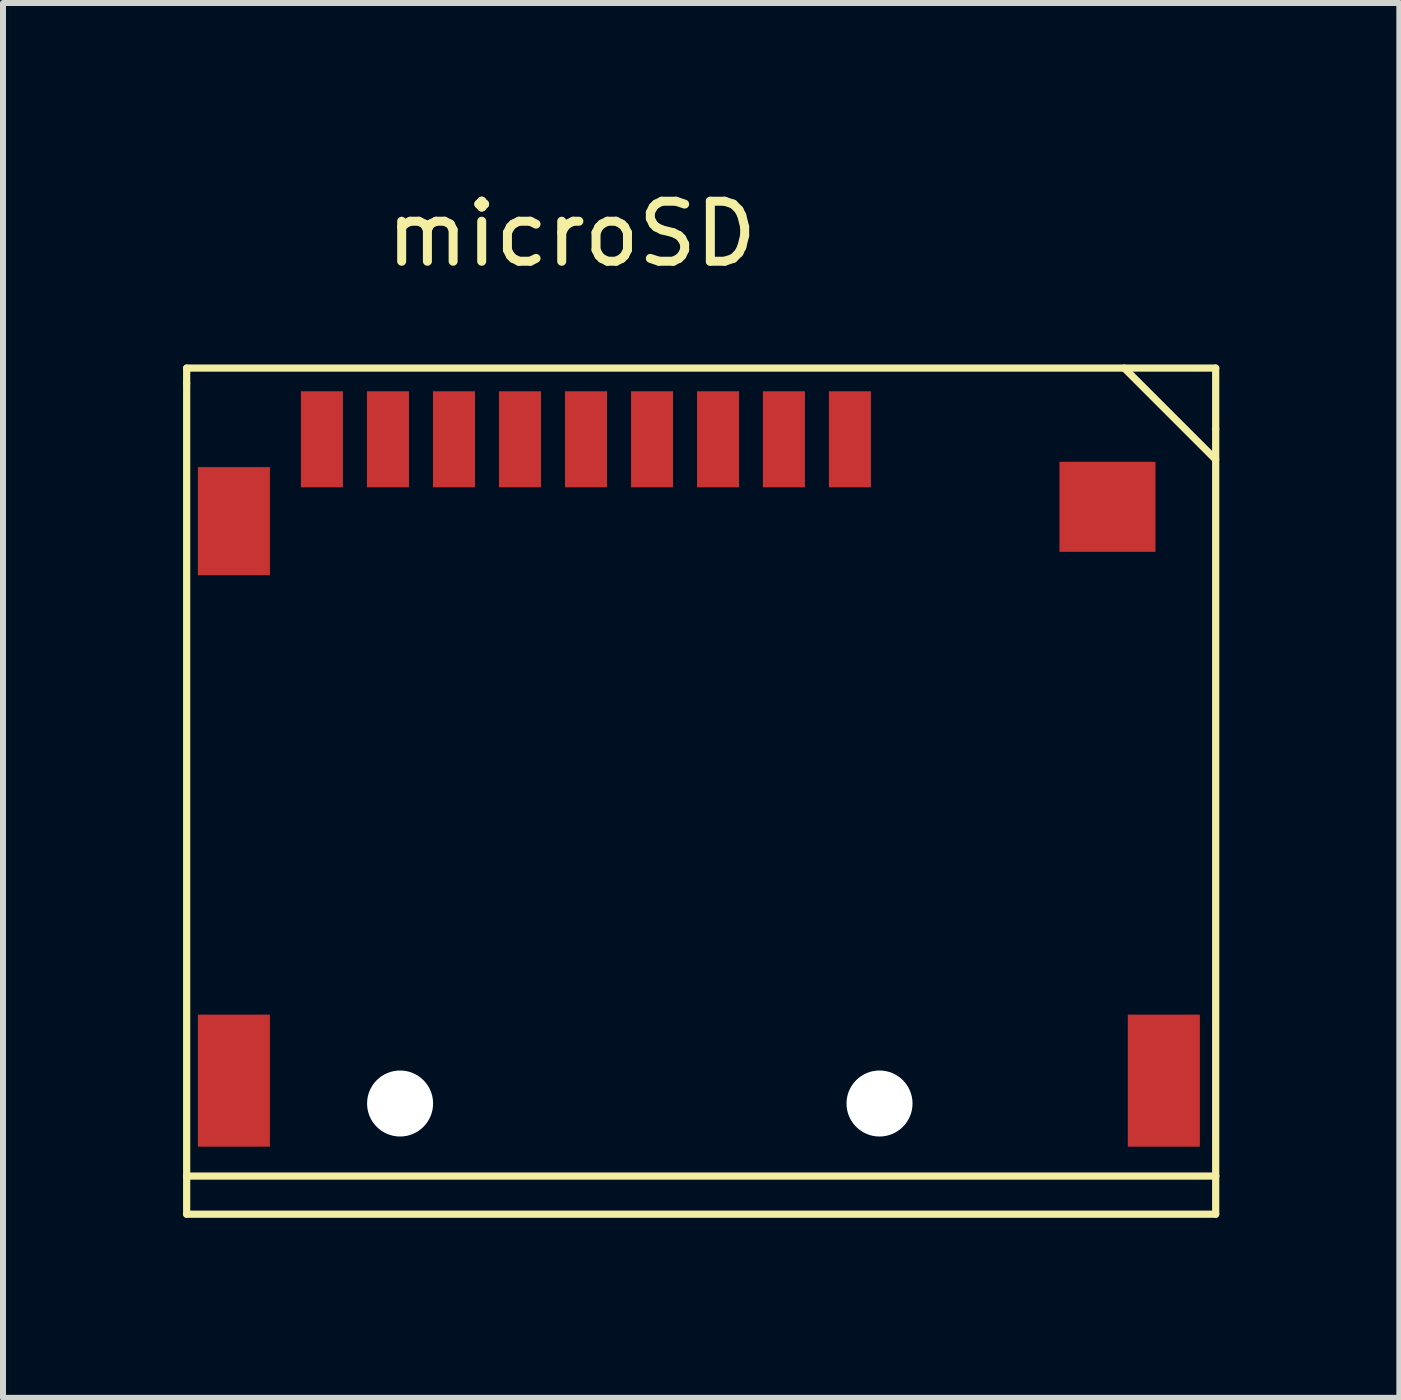
<source format=kicad_pcb>
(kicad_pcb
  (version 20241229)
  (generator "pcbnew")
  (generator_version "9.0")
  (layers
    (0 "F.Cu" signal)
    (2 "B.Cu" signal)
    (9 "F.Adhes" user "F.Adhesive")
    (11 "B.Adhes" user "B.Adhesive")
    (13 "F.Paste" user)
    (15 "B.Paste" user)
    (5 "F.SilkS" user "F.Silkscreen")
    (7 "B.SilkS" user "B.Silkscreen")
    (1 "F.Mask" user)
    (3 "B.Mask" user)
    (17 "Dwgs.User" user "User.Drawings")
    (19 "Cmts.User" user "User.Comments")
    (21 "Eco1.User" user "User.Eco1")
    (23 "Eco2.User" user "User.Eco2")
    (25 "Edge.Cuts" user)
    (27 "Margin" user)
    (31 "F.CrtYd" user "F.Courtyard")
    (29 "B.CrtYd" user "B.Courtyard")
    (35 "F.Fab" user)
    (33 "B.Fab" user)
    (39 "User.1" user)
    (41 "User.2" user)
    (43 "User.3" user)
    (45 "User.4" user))
  (footprint "microSD"
    (layer "F.Cu")
    (at 6.791 8.29)
    (property "Reference" "microSD" (at -0.315 -7.442 0) (layer "F.SilkS") (effects (font (size 1 1) (thickness 0.15))))
    (attr smd)
    (fp_line (start -6.731 -5.207) (end -6.731 -4.953) (stroke (width 0.12) (type solid)) (layer "F.SilkS"))
    (fp_line (start -6.731 -4.953) (end -6.731 8.255) (stroke (width 0.12) (type solid)) (layer "F.SilkS"))
    (fp_line (start -6.731 8.255) (end -6.731 8.89) (stroke (width 0.12) (type solid)) (layer "F.SilkS"))
    (fp_line (start -6.731 8.255) (end 10.414 8.255) (stroke (width 0.12) (type solid)) (layer "F.SilkS"))
    (fp_line (start -6.731 8.89) (end 10.414 8.89) (stroke (width 0.12) (type solid)) (layer "F.SilkS"))
    (fp_line (start 10.414 -5.207) (end -6.731 -5.207) (stroke (width 0.12) (type solid)) (layer "F.SilkS"))
    (fp_line (start 10.414 -4.191) (end 10.414 -5.207) (stroke (width 0.12) (type solid)) (layer "F.SilkS"))
    (fp_line (start 10.414 -3.683) (end 8.89 -5.207) (stroke (width 0.12) (type solid)) (layer "F.SilkS"))
    (fp_line (start 10.414 8.255) (end 10.414 -4.191) (stroke (width 0.12) (type solid)) (layer "F.SilkS"))
    (fp_line (start 10.414 8.89) (end 10.414 8.255) (stroke (width 0.12) (type solid)) (layer "F.SilkS"))
    (pad "" np_thru_hole circle (at -3.175 7.046) (size 1.1 1.1) (drill 1.1) (layers "*.Cu" "*.Mask"))
    (pad "" np_thru_hole circle (at 4.813 7.046) (size 1.1 1.1) (drill 1.1) (layers "*.Cu" "*.Mask"))
    (pad "1" smd rect (at 4.32 -4.021) (size 0.7 1.6) (layers "F.Cu" "F.Mask" "F.Paste"))
    (pad "2" smd rect (at 3.22 -4.021) (size 0.7 1.6) (layers "F.Cu" "F.Mask" "F.Paste"))
    (pad "3" smd rect (at 2.123 -4.021) (size 0.7 1.6) (layers "F.Cu" "F.Mask" "F.Paste"))
    (pad "4" smd rect (at 1.023 -4.021) (size 0.7 1.6) (layers "F.Cu" "F.Mask" "F.Paste"))
    (pad "5" smd rect (at -0.077 -4.021) (size 0.7 1.6) (layers "F.Cu" "F.Mask" "F.Paste"))
    (pad "6" smd rect (at -1.177 -4.021) (size 0.7 1.6) (layers "F.Cu" "F.Mask" "F.Paste"))
    (pad "7" smd rect (at -2.277 -4.021) (size 0.7 1.6) (layers "F.Cu" "F.Mask" "F.Paste"))
    (pad "8" smd rect (at -3.377 -4.021) (size 0.7 1.6) (layers "F.Cu" "F.Mask" "F.Paste"))
    (pad "9" smd rect (at -5.944 -2.657) (size 1.2 1.8) (layers "F.Cu" "F.Mask" "F.Paste"))
    (pad "9" smd rect (at -5.944 6.665) (size 1.2 2.2) (layers "F.Cu" "F.Mask" "F.Paste"))
    (pad "9" smd rect (at 8.611 -2.896) (size 1.6 1.5) (layers "F.Cu" "F.Mask" "F.Paste"))
    (pad "9" smd rect (at 9.55 6.665) (size 1.2 2.2) (layers "F.Cu" "F.Mask" "F.Paste"))
    (pad "NC" smd rect (at -4.477 -4.021) (size 0.7 1.6) (layers "F.Cu" "F.Mask" "F.Paste")))
  (gr_rect
    (start -3 -3)
    (end 20.265 20.24)
    (stroke (width 0.1) (type default))
    (fill no)
    (layer "Edge.Cuts")))
</source>
